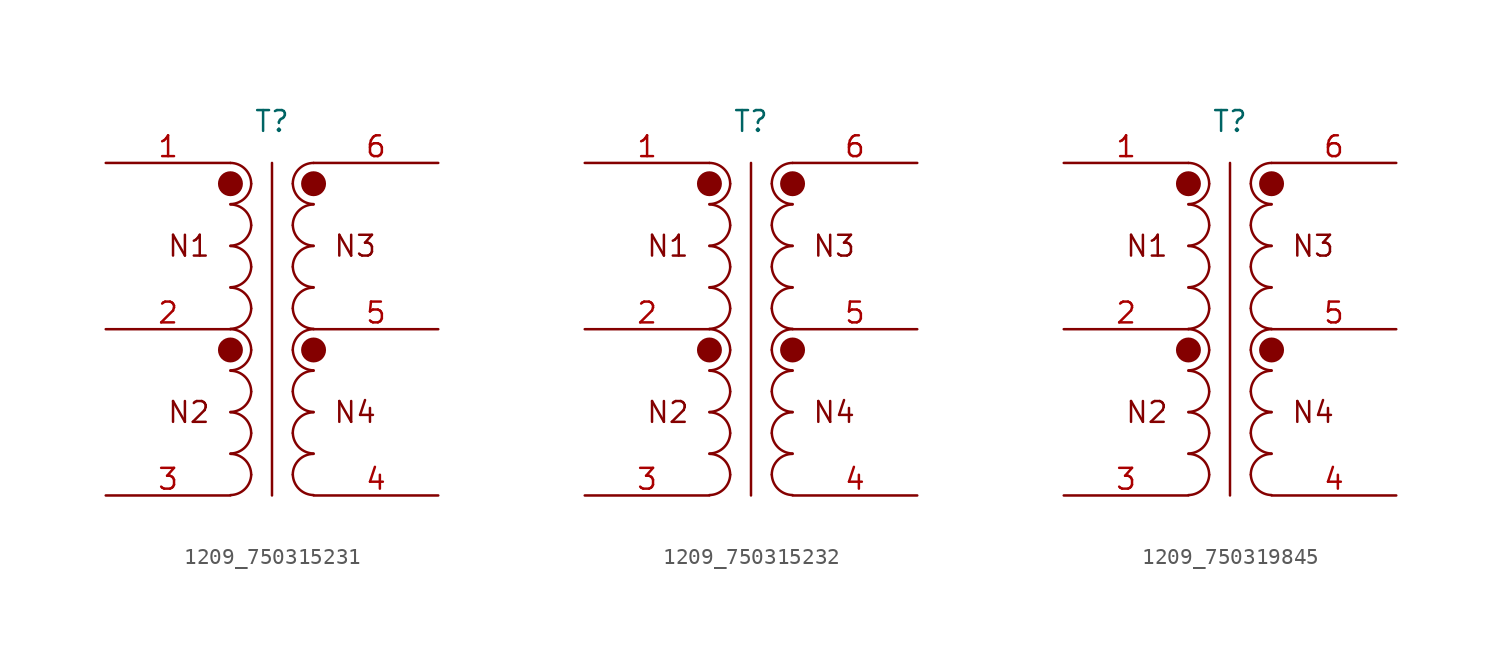
<source format=kicad_sym>
(kicad_symbol_lib
  (version 20220914)
  (generator kicad_symbol_editor)
  (symbol "1209_750315231"
    (pin_names hide)
    (property "Reference" "T"
      (at 0 12.7 0)
      (effects (font (size 1.27 1.27))))
    (property "Critical Parameter" ""
      (at 0 -5.08 0)
      (effects (font (size 1.27 1.27)) (justify left)))
    (symbol "1209_750315231_0_1"
      (arc (start -2.54 -10.1346) (mid -1.6561 -9.7663) (end -1.27 -8.89) (stroke (width 0) (type default)) (fill (type none)))
      (arc (start -2.54 -7.5946) (mid -1.6561 -7.2263) (end -1.27 -6.35) (stroke (width 0) (type default)) (fill (type none)))
      (arc (start -2.54 -5.0546) (mid -1.6561 -4.6863) (end -1.27 -3.81) (stroke (width 0) (type default)) (fill (type none)))
      (arc (start -2.54 -2.5146) (mid -1.6561 -2.1463) (end -1.27 -1.27) (stroke (width 0) (type default)) (fill (type none)))
      (arc (start -2.54 0.0254) (mid -1.6561 0.3937) (end -1.27 1.27) (stroke (width 0) (type default)) (fill (type none)))
      (arc (start -2.54 2.5654) (mid -1.6561 2.9337) (end -1.27 3.81) (stroke (width 0) (type default)) (fill (type none)))
      (arc (start -2.54 5.1054) (mid -1.6561 5.4737) (end -1.27 6.35) (stroke (width 0) (type default)) (fill (type none)))
      (arc (start -2.54 7.6454) (mid -1.6561 8.0137) (end -1.27 8.89) (stroke (width 0) (type default)) (fill (type none)))
      (arc (start -1.27 -8.89) (mid -1.642 -7.992) (end -2.54 -7.62) (stroke (width 0) (type default)) (fill (type none)))
      (arc (start -1.27 -6.35) (mid -1.642 -5.452) (end -2.54 -5.08) (stroke (width 0) (type default)) (fill (type none)))
      (arc (start -1.27 -3.81) (mid -1.642 -2.912) (end -2.54 -2.54) (stroke (width 0) (type default)) (fill (type none)))
      (arc (start -1.27 -1.27) (mid -1.642 -0.372) (end -2.54 0) (stroke (width 0) (type default)) (fill (type none)))
      (arc (start -1.27 1.27) (mid -1.642 2.168) (end -2.54 2.54) (stroke (width 0) (type default)) (fill (type none)))
      (arc (start -1.27 3.81) (mid -1.642 4.708) (end -2.54 5.08) (stroke (width 0) (type default)) (fill (type none)))
      (arc (start -1.27 6.35) (mid -1.642 7.248) (end -2.54 7.62) (stroke (width 0) (type default)) (fill (type none)))
      (arc (start -1.27 8.89) (mid -1.642 9.788) (end -2.54 10.16) (stroke (width 0) (type default)) (fill (type none)))
      (polyline (pts (xy 0 -10.16) (xy 0 10.16)) (stroke (width 0) (type default)) (fill (type none)))
      (arc (start 1.27 -8.89) (mid 1.6561 -9.7663) (end 2.54 -10.1346) (stroke (width 0) (type default)) (fill (type none)))
      (arc (start 1.27 -6.35) (mid 1.6561 -7.2263) (end 2.54 -7.5946) (stroke (width 0) (type default)) (fill (type none)))
      (arc (start 1.27 -3.81) (mid 1.6561 -4.6863) (end 2.54 -5.0546) (stroke (width 0) (type default)) (fill (type none)))
      (arc (start 1.27 -1.27) (mid 1.6561 -2.1463) (end 2.54 -2.5146) (stroke (width 0) (type default)) (fill (type none)))
      (arc (start 1.27 1.27) (mid 1.6561 0.3937) (end 2.54 0.0254) (stroke (width 0) (type default)) (fill (type none)))
      (arc (start 1.27 3.81) (mid 1.6561 2.9337) (end 2.54 2.5654) (stroke (width 0) (type default)) (fill (type none)))
      (arc (start 1.27 6.35) (mid 1.6561 5.4737) (end 2.54 5.1054) (stroke (width 0) (type default)) (fill (type none)))
      (arc (start 1.27 8.89) (mid 1.6561 8.0137) (end 2.54 7.6454) (stroke (width 0) (type default)) (fill (type none)))
      (arc (start 2.54 -7.62) (mid 1.642 -7.992) (end 1.27 -8.89) (stroke (width 0) (type default)) (fill (type none)))
      (arc (start 2.54 -5.08) (mid 1.642 -5.452) (end 1.27 -6.35) (stroke (width 0) (type default)) (fill (type none)))
      (arc (start 2.54 -2.54) (mid 1.642 -2.912) (end 1.27 -3.81) (stroke (width 0) (type default)) (fill (type none)))
      (arc (start 2.54 0) (mid 1.642 -0.372) (end 1.27 -1.27) (stroke (width 0) (type default)) (fill (type none)))
      (arc (start 2.54 2.54) (mid 1.642 2.168) (end 1.27 1.27) (stroke (width 0) (type default)) (fill (type none)))
      (arc (start 2.54 5.08) (mid 1.642 4.708) (end 1.27 3.81) (stroke (width 0) (type default)) (fill (type none)))
      (arc (start 2.54 7.62) (mid 1.642 7.248) (end 1.27 6.35) (stroke (width 0) (type default)) (fill (type none)))
      (arc (start 2.54 10.16) (mid 1.642 9.788) (end 1.27 8.89) (stroke (width 0) (type default)) (fill (type none))))
    (symbol "1209_750315231_1_1"
      (circle (center -2.54 -1.27) (radius 0.0001) (stroke (width 0.762) (type default)) (fill (type none)))
      (circle (center -2.54 8.89) (radius 0.0001) (stroke (width 0.762) (type default)) (fill (type none)))
      (circle (center 2.54 -1.27) (radius 0.0001) (stroke (width 0.762) (type default)) (fill (type none)))
      (circle (center 2.54 8.89) (radius 0.0001) (stroke (width 0.762) (type default)) (fill (type none)))
      (text "N1" (at -5.08 5.08 0) (effects (font (size 1.27 1.27))))
      (text "N2" (at -5.08 -5.08 0) (effects (font (size 1.27 1.27))))
      (text "N3" (at 5.08 5.08 0) (effects (font (size 1.27 1.27))))
      (text "N4" (at 5.08 -5.08 0) (effects (font (size 1.27 1.27))))
      (pin passive line (at -10.16 10.16 0) (length 7.62) (name "1" (effects (font (size 1.27 1.27)))) (number "1" (effects (font (size 1.27 1.27)))))
      (pin passive line (at -10.16 0 0) (length 7.62) (name "2" (effects (font (size 1.27 1.27)))) (number "2" (effects (font (size 1.27 1.27)))))
      (pin passive line (at -10.16 -10.16 0) (length 7.62) (name "3" (effects (font (size 1.27 1.27)))) (number "3" (effects (font (size 1.27 1.27)))))
      (pin passive line (at 10.16 -10.16 180) (length 7.62) (name "4" (effects (font (size 1.27 1.27)))) (number "4" (effects (font (size 1.27 1.27)))))
      (pin passive line (at 10.16 0 180) (length 7.62) (name "5" (effects (font (size 1.27 1.27)))) (number "5" (effects (font (size 1.27 1.27)))))
      (pin passive line (at 10.16 10.16 180) (length 7.62) (name "6" (effects (font (size 1.27 1.27)))) (number "6" (effects (font (size 1.27 1.27)))))))
  (symbol "1209_750315232"
    (pin_names hide)
    (property "Reference" "T"
      (at 0 12.7 0)
      (effects (font (size 1.27 1.27))))
    (property "Critical Parameter" ""
      (at 0 -5.08 0)
      (effects (font (size 1.27 1.27)) (justify left)))
    (symbol "1209_750315232_0_1"
      (arc (start -2.54 -10.1346) (mid -1.6561 -9.7663) (end -1.27 -8.89) (stroke (width 0) (type default)) (fill (type none)))
      (arc (start -2.54 -7.5946) (mid -1.6561 -7.2263) (end -1.27 -6.35) (stroke (width 0) (type default)) (fill (type none)))
      (arc (start -2.54 -5.0546) (mid -1.6561 -4.6863) (end -1.27 -3.81) (stroke (width 0) (type default)) (fill (type none)))
      (arc (start -2.54 -2.5146) (mid -1.6561 -2.1463) (end -1.27 -1.27) (stroke (width 0) (type default)) (fill (type none)))
      (arc (start -2.54 0.0254) (mid -1.6561 0.3937) (end -1.27 1.27) (stroke (width 0) (type default)) (fill (type none)))
      (arc (start -2.54 2.5654) (mid -1.6561 2.9337) (end -1.27 3.81) (stroke (width 0) (type default)) (fill (type none)))
      (arc (start -2.54 5.1054) (mid -1.6561 5.4737) (end -1.27 6.35) (stroke (width 0) (type default)) (fill (type none)))
      (arc (start -2.54 7.6454) (mid -1.6561 8.0137) (end -1.27 8.89) (stroke (width 0) (type default)) (fill (type none)))
      (arc (start -1.27 -8.89) (mid -1.642 -7.992) (end -2.54 -7.62) (stroke (width 0) (type default)) (fill (type none)))
      (arc (start -1.27 -6.35) (mid -1.642 -5.452) (end -2.54 -5.08) (stroke (width 0) (type default)) (fill (type none)))
      (arc (start -1.27 -3.81) (mid -1.642 -2.912) (end -2.54 -2.54) (stroke (width 0) (type default)) (fill (type none)))
      (arc (start -1.27 -1.27) (mid -1.642 -0.372) (end -2.54 0) (stroke (width 0) (type default)) (fill (type none)))
      (arc (start -1.27 1.27) (mid -1.642 2.168) (end -2.54 2.54) (stroke (width 0) (type default)) (fill (type none)))
      (arc (start -1.27 3.81) (mid -1.642 4.708) (end -2.54 5.08) (stroke (width 0) (type default)) (fill (type none)))
      (arc (start -1.27 6.35) (mid -1.642 7.248) (end -2.54 7.62) (stroke (width 0) (type default)) (fill (type none)))
      (arc (start -1.27 8.89) (mid -1.642 9.788) (end -2.54 10.16) (stroke (width 0) (type default)) (fill (type none)))
      (polyline (pts (xy 0 -10.16) (xy 0 10.16)) (stroke (width 0) (type default)) (fill (type none)))
      (arc (start 1.27 -8.89) (mid 1.6561 -9.7663) (end 2.54 -10.1346) (stroke (width 0) (type default)) (fill (type none)))
      (arc (start 1.27 -6.35) (mid 1.6561 -7.2263) (end 2.54 -7.5946) (stroke (width 0) (type default)) (fill (type none)))
      (arc (start 1.27 -3.81) (mid 1.6561 -4.6863) (end 2.54 -5.0546) (stroke (width 0) (type default)) (fill (type none)))
      (arc (start 1.27 -1.27) (mid 1.6561 -2.1463) (end 2.54 -2.5146) (stroke (width 0) (type default)) (fill (type none)))
      (arc (start 1.27 1.27) (mid 1.6561 0.3937) (end 2.54 0.0254) (stroke (width 0) (type default)) (fill (type none)))
      (arc (start 1.27 3.81) (mid 1.6561 2.9337) (end 2.54 2.5654) (stroke (width 0) (type default)) (fill (type none)))
      (arc (start 1.27 6.35) (mid 1.6561 5.4737) (end 2.54 5.1054) (stroke (width 0) (type default)) (fill (type none)))
      (arc (start 1.27 8.89) (mid 1.6561 8.0137) (end 2.54 7.6454) (stroke (width 0) (type default)) (fill (type none)))
      (arc (start 2.54 -7.62) (mid 1.642 -7.992) (end 1.27 -8.89) (stroke (width 0) (type default)) (fill (type none)))
      (arc (start 2.54 -5.08) (mid 1.642 -5.452) (end 1.27 -6.35) (stroke (width 0) (type default)) (fill (type none)))
      (arc (start 2.54 -2.54) (mid 1.642 -2.912) (end 1.27 -3.81) (stroke (width 0) (type default)) (fill (type none)))
      (arc (start 2.54 0) (mid 1.642 -0.372) (end 1.27 -1.27) (stroke (width 0) (type default)) (fill (type none)))
      (arc (start 2.54 2.54) (mid 1.642 2.168) (end 1.27 1.27) (stroke (width 0) (type default)) (fill (type none)))
      (arc (start 2.54 5.08) (mid 1.642 4.708) (end 1.27 3.81) (stroke (width 0) (type default)) (fill (type none)))
      (arc (start 2.54 7.62) (mid 1.642 7.248) (end 1.27 6.35) (stroke (width 0) (type default)) (fill (type none)))
      (arc (start 2.54 10.16) (mid 1.642 9.788) (end 1.27 8.89) (stroke (width 0) (type default)) (fill (type none))))
    (symbol "1209_750315232_1_1"
      (circle (center -2.54 -1.27) (radius 0.0001) (stroke (width 0.762) (type default)) (fill (type none)))
      (circle (center -2.54 8.89) (radius 0.0001) (stroke (width 0.762) (type default)) (fill (type none)))
      (circle (center 2.54 -1.27) (radius 0.0001) (stroke (width 0.762) (type default)) (fill (type none)))
      (circle (center 2.54 8.89) (radius 0.0001) (stroke (width 0.762) (type default)) (fill (type none)))
      (text "N1" (at -5.08 5.08 0) (effects (font (size 1.27 1.27))))
      (text "N2" (at -5.08 -5.08 0) (effects (font (size 1.27 1.27))))
      (text "N3" (at 5.08 5.08 0) (effects (font (size 1.27 1.27))))
      (text "N4" (at 5.08 -5.08 0) (effects (font (size 1.27 1.27))))
      (pin passive line (at -10.16 10.16 0) (length 7.62) (name "1" (effects (font (size 1.27 1.27)))) (number "1" (effects (font (size 1.27 1.27)))))
      (pin passive line (at -10.16 0 0) (length 7.62) (name "2" (effects (font (size 1.27 1.27)))) (number "2" (effects (font (size 1.27 1.27)))))
      (pin passive line (at -10.16 -10.16 0) (length 7.62) (name "3" (effects (font (size 1.27 1.27)))) (number "3" (effects (font (size 1.27 1.27)))))
      (pin passive line (at 10.16 -10.16 180) (length 7.62) (name "4" (effects (font (size 1.27 1.27)))) (number "4" (effects (font (size 1.27 1.27)))))
      (pin passive line (at 10.16 0 180) (length 7.62) (name "5" (effects (font (size 1.27 1.27)))) (number "5" (effects (font (size 1.27 1.27)))))
      (pin passive line (at 10.16 10.16 180) (length 7.62) (name "6" (effects (font (size 1.27 1.27)))) (number "6" (effects (font (size 1.27 1.27)))))))
  (symbol "1209_750319845"
    (pin_names hide)
    (property "Reference" "T"
      (at 0 12.7 0)
      (effects (font (size 1.27 1.27))))
    (property "Critical Parameter" ""
      (at 0 -5.08 0)
      (effects (font (size 1.27 1.27)) (justify left)))
    (symbol "1209_750319845_0_1"
      (arc (start -2.54 -10.1346) (mid -1.6561 -9.7663) (end -1.27 -8.89) (stroke (width 0) (type default)) (fill (type none)))
      (arc (start -2.54 -7.5946) (mid -1.6561 -7.2263) (end -1.27 -6.35) (stroke (width 0) (type default)) (fill (type none)))
      (arc (start -2.54 -5.0546) (mid -1.6561 -4.6863) (end -1.27 -3.81) (stroke (width 0) (type default)) (fill (type none)))
      (arc (start -2.54 -2.5146) (mid -1.6561 -2.1463) (end -1.27 -1.27) (stroke (width 0) (type default)) (fill (type none)))
      (arc (start -2.54 0.0254) (mid -1.6561 0.3937) (end -1.27 1.27) (stroke (width 0) (type default)) (fill (type none)))
      (arc (start -2.54 2.5654) (mid -1.6561 2.9337) (end -1.27 3.81) (stroke (width 0) (type default)) (fill (type none)))
      (arc (start -2.54 5.1054) (mid -1.6561 5.4737) (end -1.27 6.35) (stroke (width 0) (type default)) (fill (type none)))
      (arc (start -2.54 7.6454) (mid -1.6561 8.0137) (end -1.27 8.89) (stroke (width 0) (type default)) (fill (type none)))
      (arc (start -1.27 -8.89) (mid -1.642 -7.992) (end -2.54 -7.62) (stroke (width 0) (type default)) (fill (type none)))
      (arc (start -1.27 -6.35) (mid -1.642 -5.452) (end -2.54 -5.08) (stroke (width 0) (type default)) (fill (type none)))
      (arc (start -1.27 -3.81) (mid -1.642 -2.912) (end -2.54 -2.54) (stroke (width 0) (type default)) (fill (type none)))
      (arc (start -1.27 -1.27) (mid -1.642 -0.372) (end -2.54 0) (stroke (width 0) (type default)) (fill (type none)))
      (arc (start -1.27 1.27) (mid -1.642 2.168) (end -2.54 2.54) (stroke (width 0) (type default)) (fill (type none)))
      (arc (start -1.27 3.81) (mid -1.642 4.708) (end -2.54 5.08) (stroke (width 0) (type default)) (fill (type none)))
      (arc (start -1.27 6.35) (mid -1.642 7.248) (end -2.54 7.62) (stroke (width 0) (type default)) (fill (type none)))
      (arc (start -1.27 8.89) (mid -1.642 9.788) (end -2.54 10.16) (stroke (width 0) (type default)) (fill (type none)))
      (polyline (pts (xy 0 -10.16) (xy 0 10.16)) (stroke (width 0) (type default)) (fill (type none)))
      (arc (start 1.27 -8.89) (mid 1.6561 -9.7663) (end 2.54 -10.1346) (stroke (width 0) (type default)) (fill (type none)))
      (arc (start 1.27 -6.35) (mid 1.6561 -7.2263) (end 2.54 -7.5946) (stroke (width 0) (type default)) (fill (type none)))
      (arc (start 1.27 -3.81) (mid 1.6561 -4.6863) (end 2.54 -5.0546) (stroke (width 0) (type default)) (fill (type none)))
      (arc (start 1.27 -1.27) (mid 1.6561 -2.1463) (end 2.54 -2.5146) (stroke (width 0) (type default)) (fill (type none)))
      (arc (start 1.27 1.27) (mid 1.6561 0.3937) (end 2.54 0.0254) (stroke (width 0) (type default)) (fill (type none)))
      (arc (start 1.27 3.81) (mid 1.6561 2.9337) (end 2.54 2.5654) (stroke (width 0) (type default)) (fill (type none)))
      (arc (start 1.27 6.35) (mid 1.6561 5.4737) (end 2.54 5.1054) (stroke (width 0) (type default)) (fill (type none)))
      (arc (start 1.27 8.89) (mid 1.6561 8.0137) (end 2.54 7.6454) (stroke (width 0) (type default)) (fill (type none)))
      (arc (start 2.54 -7.62) (mid 1.642 -7.992) (end 1.27 -8.89) (stroke (width 0) (type default)) (fill (type none)))
      (arc (start 2.54 -5.08) (mid 1.642 -5.452) (end 1.27 -6.35) (stroke (width 0) (type default)) (fill (type none)))
      (arc (start 2.54 -2.54) (mid 1.642 -2.912) (end 1.27 -3.81) (stroke (width 0) (type default)) (fill (type none)))
      (arc (start 2.54 0) (mid 1.642 -0.372) (end 1.27 -1.27) (stroke (width 0) (type default)) (fill (type none)))
      (arc (start 2.54 2.54) (mid 1.642 2.168) (end 1.27 1.27) (stroke (width 0) (type default)) (fill (type none)))
      (arc (start 2.54 5.08) (mid 1.642 4.708) (end 1.27 3.81) (stroke (width 0) (type default)) (fill (type none)))
      (arc (start 2.54 7.62) (mid 1.642 7.248) (end 1.27 6.35) (stroke (width 0) (type default)) (fill (type none)))
      (arc (start 2.54 10.16) (mid 1.642 9.788) (end 1.27 8.89) (stroke (width 0) (type default)) (fill (type none))))
    (symbol "1209_750319845_1_1"
      (circle (center -2.54 -1.27) (radius 0.0001) (stroke (width 0.762) (type default)) (fill (type none)))
      (circle (center -2.54 8.89) (radius 0.0001) (stroke (width 0.762) (type default)) (fill (type none)))
      (circle (center 2.54 -1.27) (radius 0.0001) (stroke (width 0.762) (type default)) (fill (type none)))
      (circle (center 2.54 8.89) (radius 0.0001) (stroke (width 0.762) (type default)) (fill (type none)))
      (text "N1" (at -5.08 5.08 0) (effects (font (size 1.27 1.27))))
      (text "N2" (at -5.08 -5.08 0) (effects (font (size 1.27 1.27))))
      (text "N3" (at 5.08 5.08 0) (effects (font (size 1.27 1.27))))
      (text "N4" (at 5.08 -5.08 0) (effects (font (size 1.27 1.27))))
      (pin passive line (at -10.16 10.16 0) (length 7.62) (name "1" (effects (font (size 1.27 1.27)))) (number "1" (effects (font (size 1.27 1.27)))))
      (pin passive line (at -10.16 0 0) (length 7.62) (name "2" (effects (font (size 1.27 1.27)))) (number "2" (effects (font (size 1.27 1.27)))))
      (pin passive line (at -10.16 -10.16 0) (length 7.62) (name "3" (effects (font (size 1.27 1.27)))) (number "3" (effects (font (size 1.27 1.27)))))
      (pin passive line (at 10.16 -10.16 180) (length 7.62) (name "4" (effects (font (size 1.27 1.27)))) (number "4" (effects (font (size 1.27 1.27)))))
      (pin passive line (at 10.16 0 180) (length 7.62) (name "5" (effects (font (size 1.27 1.27)))) (number "5" (effects (font (size 1.27 1.27)))))
      (pin passive line (at 10.16 10.16 180) (length 7.62) (name "6" (effects (font (size 1.27 1.27)))) (number "6" (effects (font (size 1.27 1.27))))))))
</source>
